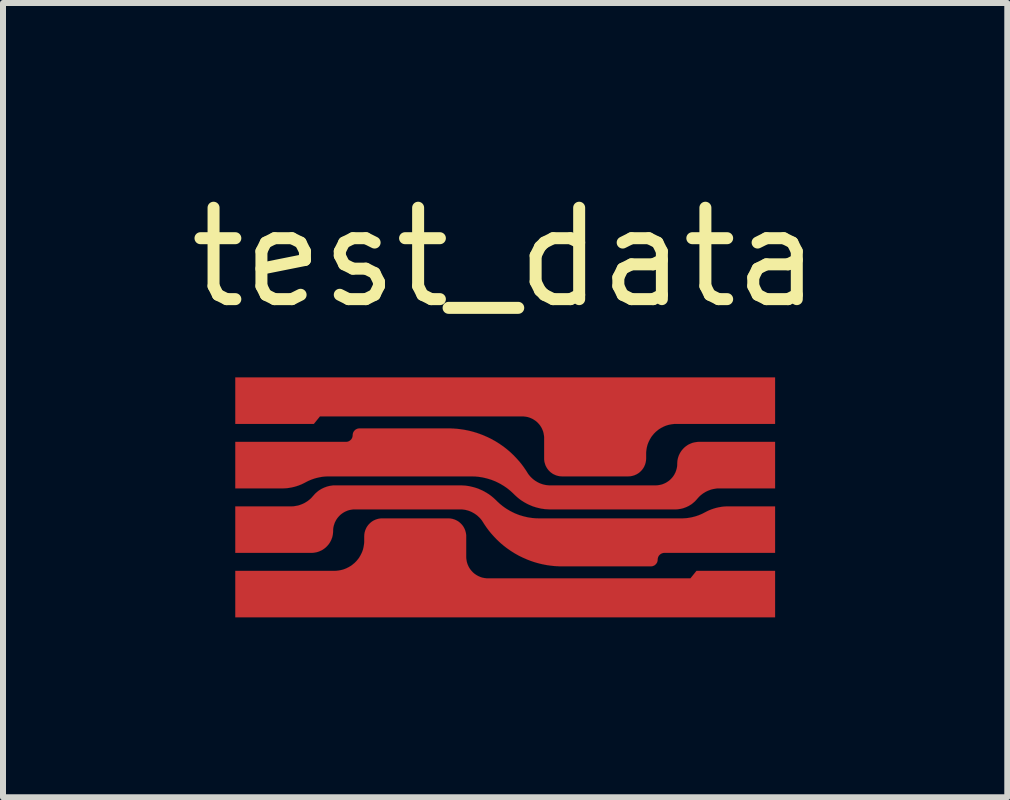
<source format=kicad_pcb>
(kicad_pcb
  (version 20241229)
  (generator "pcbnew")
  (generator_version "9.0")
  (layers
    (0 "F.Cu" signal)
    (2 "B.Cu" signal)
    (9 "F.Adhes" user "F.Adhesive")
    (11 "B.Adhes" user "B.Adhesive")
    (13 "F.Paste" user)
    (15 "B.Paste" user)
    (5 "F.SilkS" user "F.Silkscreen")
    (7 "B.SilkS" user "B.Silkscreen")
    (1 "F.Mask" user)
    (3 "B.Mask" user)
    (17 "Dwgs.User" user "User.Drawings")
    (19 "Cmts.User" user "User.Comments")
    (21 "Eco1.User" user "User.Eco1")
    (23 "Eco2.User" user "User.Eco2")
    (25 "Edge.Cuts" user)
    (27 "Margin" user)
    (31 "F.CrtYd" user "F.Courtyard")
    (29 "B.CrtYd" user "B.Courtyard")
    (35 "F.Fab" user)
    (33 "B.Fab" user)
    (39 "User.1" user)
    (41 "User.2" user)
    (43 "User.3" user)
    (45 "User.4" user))
  (footprint "test_data"
    (layer "F.Cu")
    (at 5.373 5.243)
    (property "Reference" "test_data" (at 0 -4 0) (layer "F.SilkS") (effects (font (size 1.524 1.524) (thickness 0.2))))
    (attr through_hole)
    (fp_poly (pts (xy -4.5 -2) (xy -4.5 -1.225) (xy -3.19 -1.225) (xy -3.089 -1.35) (xy 0.287 -1.35) (xy 0.305 -1.35) (xy 0.322 -1.348) (xy 0.34 -1.346) (xy 0.357 -1.343) (xy 0.374 -1.34) (xy 0.391 -1.335) (xy 0.407 -1.33) (xy 0.424 -1.323) (xy 0.44 -1.316) (xy 0.455 -1.309) (xy 0.471 -1.3) (xy 0.485 -1.291) (xy 0.5 -1.281) (xy 0.514 -1.271) (xy 0.527 -1.26) (xy 0.54 -1.248) (xy 0.552 -1.235) (xy 0.564 -1.222) (xy 0.575 -1.209) (xy 0.585 -1.195) (xy 0.595 -1.18) (xy 0.604 -1.165) (xy 0.612 -1.15) (xy 0.619 -1.134) (xy 0.626 -1.118) (xy 0.632 -1.101) (xy 0.637 -1.084) (xy 0.641 -1.068) (xy 0.644 -1.05) (xy 0.647 -1.033) (xy 0.649 -1.016) (xy 0.65 -0.998) (xy 0.65 -0.988) (xy 0.65 -0.841) (xy 0.65 -0.659) (xy 0.65 -0.65) (xy 0.65 -0.633) (xy 0.652 -0.615) (xy 0.654 -0.598) (xy 0.658 -0.581) (xy 0.663 -0.564) (xy 0.668 -0.547) (xy 0.674 -0.531) (xy 0.682 -0.515) (xy 0.69 -0.5) (xy 0.699 -0.485) (xy 0.709 -0.471) (xy 0.72 -0.457) (xy 0.732 -0.444) (xy 0.744 -0.432) (xy 0.757 -0.42) (xy 0.771 -0.409) (xy 0.785 -0.399) (xy 0.8 -0.39) (xy 0.815 -0.382) (xy 0.831 -0.375) (xy 0.847 -0.368) (xy 0.864 -0.363) (xy 0.881 -0.358) (xy 0.898 -0.355) (xy 0.915 -0.352) (xy 0.933 -0.351) (xy 0.95 -0.35) (xy 2.05 -0.35) (xy 2.067 -0.351) (xy 2.085 -0.352) (xy 2.102 -0.355) (xy 2.119 -0.358) (xy 2.136 -0.363) (xy 2.153 -0.368) (xy 2.169 -0.375) (xy 2.185 -0.382) (xy 2.2 -0.39) (xy 2.215 -0.399) (xy 2.229 -0.409) (xy 2.243 -0.42) (xy 2.256 -0.432) (xy 2.268 -0.444) (xy 2.28 -0.457) (xy 2.291 -0.471) (xy 2.301 -0.485) (xy 2.31 -0.5) (xy 2.318 -0.515) (xy 2.325 -0.531) (xy 2.332 -0.547) (xy 2.337 -0.564) (xy 2.342 -0.581) (xy 2.345 -0.598) (xy 2.348 -0.615) (xy 2.349 -0.633) (xy 2.35 -0.65) (xy 2.35 -0.725) (xy 2.35 -0.742) (xy 2.351 -0.76) (xy 2.353 -0.777) (xy 2.355 -0.795) (xy 2.358 -0.812) (xy 2.361 -0.829) (xy 2.365 -0.846) (xy 2.369 -0.863) (xy 2.374 -0.88) (xy 2.38 -0.896) (xy 2.386 -0.912) (xy 2.393 -0.928) (xy 2.401 -0.944) (xy 2.409 -0.96) (xy 2.417 -0.975) (xy 2.426 -0.99) (xy 2.435 -1.005) (xy 2.445 -1.019) (xy 2.456 -1.033) (xy 2.467 -1.046) (xy 2.478 -1.06) (xy 2.49 -1.072) (xy 2.503 -1.085) (xy 2.515 -1.097) (xy 2.529 -1.108) (xy 2.542 -1.119) (xy 2.556 -1.13) (xy 2.57 -1.14) (xy 2.585 -1.149) (xy 2.6 -1.158) (xy 2.615 -1.166) (xy 2.631 -1.174) (xy 2.647 -1.182) (xy 2.663 -1.189) (xy 2.679 -1.195) (xy 2.695 -1.201) (xy 2.712 -1.206) (xy 2.729 -1.21) (xy 2.746 -1.214) (xy 2.763 -1.217) (xy 2.78 -1.22) (xy 2.798 -1.222) (xy 2.815 -1.224) (xy 2.833 -1.225) (xy 2.85 -1.225) (xy 4.5 -1.225) (xy 4.5 -2) (xy -4.5 -2)) (stroke (width 0.001) (type solid)) (fill yes) (layer "F.Cu"))
    (fp_poly (pts (xy 4.5 2) (xy 4.5 1.225) (xy 3.19 1.225) (xy 3.089 1.35) (xy -0.287 1.35) (xy -0.305 1.35) (xy -0.322 1.348) (xy -0.34 1.346) (xy -0.357 1.343) (xy -0.374 1.34) (xy -0.391 1.335) (xy -0.407 1.33) (xy -0.424 1.323) (xy -0.44 1.316) (xy -0.455 1.309) (xy -0.471 1.3) (xy -0.485 1.291) (xy -0.5 1.281) (xy -0.514 1.271) (xy -0.527 1.26) (xy -0.54 1.248) (xy -0.552 1.235) (xy -0.564 1.222) (xy -0.575 1.209) (xy -0.585 1.195) (xy -0.595 1.18) (xy -0.604 1.165) (xy -0.612 1.15) (xy -0.619 1.134) (xy -0.626 1.118) (xy -0.632 1.101) (xy -0.637 1.084) (xy -0.641 1.068) (xy -0.644 1.05) (xy -0.647 1.033) (xy -0.649 1.016) (xy -0.65 0.998) (xy -0.65 0.988) (xy -0.65 0.841) (xy -0.65 0.659) (xy -0.65 0.65) (xy -0.65 0.633) (xy -0.652 0.615) (xy -0.654 0.598) (xy -0.658 0.581) (xy -0.663 0.564) (xy -0.668 0.547) (xy -0.674 0.531) (xy -0.682 0.515) (xy -0.69 0.5) (xy -0.699 0.485) (xy -0.709 0.471) (xy -0.72 0.457) (xy -0.732 0.444) (xy -0.744 0.432) (xy -0.757 0.42) (xy -0.771 0.409) (xy -0.785 0.399) (xy -0.8 0.39) (xy -0.815 0.382) (xy -0.831 0.375) (xy -0.847 0.368) (xy -0.864 0.363) (xy -0.881 0.358) (xy -0.898 0.355) (xy -0.915 0.352) (xy -0.933 0.351) (xy -0.95 0.35) (xy -2.05 0.35) (xy -2.067 0.351) (xy -2.085 0.352) (xy -2.102 0.355) (xy -2.119 0.358) (xy -2.136 0.363) (xy -2.153 0.368) (xy -2.169 0.375) (xy -2.185 0.382) (xy -2.2 0.39) (xy -2.215 0.399) (xy -2.229 0.409) (xy -2.243 0.42) (xy -2.256 0.432) (xy -2.268 0.444) (xy -2.28 0.457) (xy -2.291 0.471) (xy -2.301 0.485) (xy -2.31 0.5) (xy -2.318 0.515) (xy -2.325 0.531) (xy -2.332 0.547) (xy -2.337 0.564) (xy -2.342 0.581) (xy -2.345 0.598) (xy -2.348 0.615) (xy -2.349 0.633) (xy -2.35 0.65) (xy -2.35 0.725) (xy -2.35 0.742) (xy -2.351 0.76) (xy -2.353 0.777) (xy -2.355 0.795) (xy -2.358 0.812) (xy -2.361 0.829) (xy -2.365 0.846) (xy -2.369 0.863) (xy -2.374 0.88) (xy -2.38 0.896) (xy -2.386 0.912) (xy -2.393 0.928) (xy -2.401 0.944) (xy -2.409 0.96) (xy -2.417 0.975) (xy -2.426 0.99) (xy -2.435 1.005) (xy -2.445 1.019) (xy -2.456 1.033) (xy -2.467 1.046) (xy -2.478 1.06) (xy -2.49 1.072) (xy -2.503 1.085) (xy -2.515 1.097) (xy -2.529 1.108) (xy -2.542 1.119) (xy -2.556 1.13) (xy -2.57 1.14) (xy -2.585 1.149) (xy -2.6 1.158) (xy -2.615 1.166) (xy -2.631 1.174) (xy -2.647 1.182) (xy -2.663 1.189) (xy -2.679 1.195) (xy -2.695 1.201) (xy -2.712 1.206) (xy -2.729 1.21) (xy -2.746 1.214) (xy -2.763 1.217) (xy -2.78 1.22) (xy -2.798 1.222) (xy -2.815 1.224) (xy -2.833 1.225) (xy -2.85 1.225) (xy -4.5 1.225) (xy -4.5 2) (xy 4.5 2)) (stroke (width 0.001) (type solid)) (fill yes) (layer "F.Cu"))
    (fp_poly (pts (xy -4.5 -0.925) (xy -4.5 -0.15) (xy -3.721 -0.15) (xy -3.715 -0.15) (xy -3.698 -0.15) (xy -3.681 -0.151) (xy -3.663 -0.152) (xy -3.646 -0.153) (xy -3.628 -0.155) (xy -3.611 -0.157) (xy -3.594 -0.16) (xy -3.577 -0.163) (xy -3.559 -0.166) (xy -3.542 -0.17) (xy -3.525 -0.174) (xy -3.508 -0.178) (xy -3.492 -0.183) (xy -3.475 -0.188) (xy -3.458 -0.194) (xy -3.442 -0.199) (xy -3.426 -0.206) (xy -3.409 -0.212) (xy -3.393 -0.219) (xy -3.378 -0.226) (xy -3.362 -0.234) (xy -3.346 -0.242) (xy -3.331 -0.25) (xy -3.315 -0.258) (xy -3.3 -0.266) (xy -3.284 -0.274) (xy -3.268 -0.281) (xy -3.252 -0.288) (xy -3.236 -0.294) (xy -3.22 -0.301) (xy -3.203 -0.306) (xy -3.187 -0.312) (xy -3.17 -0.317) (xy -3.153 -0.322) (xy -3.136 -0.326) (xy -3.119 -0.33) (xy -3.102 -0.334) (xy -3.085 -0.337) (xy -3.068 -0.34) (xy -3.051 -0.343) (xy -3.033 -0.345) (xy -3.016 -0.347) (xy -2.999 -0.348) (xy -2.981 -0.349) (xy -2.964 -0.35) (xy -2.946 -0.35) (xy -2.941 -0.35) (xy -2.05 -0.35) (xy -0.564 -0.35) (xy -0.547 -0.35) (xy -0.529 -0.349) (xy -0.512 -0.349) (xy -0.494 -0.348) (xy -0.477 -0.346) (xy -0.46 -0.345) (xy -0.442 -0.343) (xy -0.425 -0.34) (xy -0.408 -0.338) (xy -0.39 -0.335) (xy -0.373 -0.332) (xy -0.356 -0.328) (xy -0.339 -0.324) (xy -0.322 -0.32) (xy -0.305 -0.316) (xy -0.288 -0.311) (xy -0.272 -0.306) (xy -0.255 -0.301) (xy -0.238 -0.296) (xy -0.222 -0.29) (xy -0.206 -0.284) (xy -0.189 -0.277) (xy -0.173 -0.271) (xy -0.157 -0.264) (xy -0.141 -0.256) (xy -0.126 -0.249) (xy -0.11 -0.241) (xy -0.095 -0.233) (xy -0.079 -0.225) (xy -0.064 -0.216) (xy -0.049 -0.207) (xy -0.034 -0.198) (xy -0.019 -0.189) (xy -0.005 -0.179) (xy 0.01 -0.169) (xy 0.024 -0.159) (xy 0.038 -0.149) (xy 0.052 -0.138) (xy 0.065 -0.127) (xy 0.079 -0.116) (xy 0.092 -0.105) (xy 0.105 -0.093) (xy 0.118 -0.081) (xy 0.131 -0.069) (xy 0.143 -0.057) (xy 0.147 -0.053) (xy 0.154 -0.046) (xy 0.167 -0.034) (xy 0.18 -0.022) (xy 0.193 -0.01) (xy 0.206 0.001) (xy 0.219 0.012) (xy 0.233 0.023) (xy 0.247 0.034) (xy 0.261 0.044) (xy 0.275 0.054) (xy 0.29 0.063) (xy 0.305 0.073) (xy 0.32 0.082) (xy 0.335 0.09) (xy 0.35 0.099) (xy 0.366 0.107) (xy 0.381 0.115) (xy 0.397 0.122) (xy 0.413 0.129) (xy 0.429 0.136) (xy 0.445 0.143) (xy 0.461 0.149) (xy 0.478 0.155) (xy 0.495 0.16) (xy 0.511 0.165) (xy 0.528 0.17) (xy 0.545 0.174) (xy 0.562 0.178) (xy 0.579 0.182) (xy 0.596 0.186) (xy 0.613 0.189) (xy 0.63 0.191) (xy 0.648 0.194) (xy 0.665 0.196) (xy 0.682 0.197) (xy 0.7 0.198) (xy 0.717 0.199) (xy 0.735 0.2) (xy 0.752 0.2) (xy 2.833 0.2) (xy 2.836 0.2) (xy 2.853 0.2) (xy 2.87 0.199) (xy 2.888 0.197) (xy 2.905 0.194) (xy 2.922 0.192) (xy 2.939 0.188) (xy 2.956 0.184) (xy 2.973 0.179) (xy 2.99 0.173) (xy 3.006 0.167) (xy 3.022 0.161) (xy 3.038 0.153) (xy 3.054 0.146) (xy 3.069 0.137) (xy 3.084 0.128) (xy 3.099 0.119) (xy 3.113 0.109) (xy 3.127 0.098) (xy 3.14 0.087) (xy 3.153 0.076) (xy 3.166 0.064) (xy 3.178 0.051) (xy 3.19 0.038) (xy 3.201 0.025) (xy 3.213 0.012) (xy 3.224 -0.001) (xy 3.237 -0.014) (xy 3.249 -0.026) (xy 3.262 -0.037) (xy 3.276 -0.048) (xy 3.29 -0.059) (xy 3.304 -0.069) (xy 3.319 -0.078) (xy 3.334 -0.087) (xy 3.349 -0.096) (xy 3.365 -0.103) (xy 3.381 -0.111) (xy 3.397 -0.117) (xy 3.413 -0.123) (xy 3.43 -0.129) (xy 3.446 -0.134) (xy 3.463 -0.138) (xy 3.48 -0.141) (xy 3.498 -0.144) (xy 3.515 -0.147) (xy 3.532 -0.149) (xy 3.55 -0.15) (xy 3.567 -0.15) (xy 3.57 -0.15) (xy 4.5 -0.15) (xy 4.5 -0.925) (xy 3.232 -0.925) (xy 3.221 -0.925) (xy 3.204 -0.924) (xy 3.186 -0.922) (xy 3.169 -0.919) (xy 3.152 -0.916) (xy 3.135 -0.912) (xy 3.118 -0.907) (xy 3.102 -0.901) (xy 3.086 -0.894) (xy 3.07 -0.887) (xy 3.054 -0.879) (xy 3.039 -0.87) (xy 3.025 -0.86) (xy 3.011 -0.85) (xy 2.997 -0.839) (xy 2.984 -0.827) (xy 2.972 -0.815) (xy 2.96 -0.802) (xy 2.949 -0.789) (xy 2.938 -0.775) (xy 2.928 -0.76) (xy 2.919 -0.746) (xy 2.911 -0.73) (xy 2.903 -0.715) (xy 2.896 -0.699) (xy 2.89 -0.682) (xy 2.884 -0.666) (xy 2.88 -0.649) (xy 2.876 -0.632) (xy 2.873 -0.615) (xy 2.871 -0.597) (xy 2.87 -0.58) (xy 2.869 -0.562) (xy 2.869 -0.545) (xy 2.868 -0.528) (xy 2.866 -0.51) (xy 2.863 -0.493) (xy 2.859 -0.476) (xy 2.854 -0.459) (xy 2.849 -0.443) (xy 2.843 -0.426) (xy 2.836 -0.41) (xy 2.828 -0.395) (xy 2.82 -0.379) (xy 2.811 -0.365) (xy 2.801 -0.35) (xy 2.79 -0.336) (xy 2.779 -0.323) (xy 2.767 -0.31) (xy 2.755 -0.298) (xy 2.742 -0.286) (xy 2.728 -0.275) (xy 2.714 -0.265) (xy 2.699 -0.255) (xy 2.684 -0.246) (xy 2.669 -0.238) (xy 2.653 -0.231) (xy 2.637 -0.224) (xy 2.621 -0.218) (xy 2.604 -0.213) (xy 2.587 -0.209) (xy 2.57 -0.206) (xy 2.553 -0.203) (xy 2.535 -0.201) (xy 2.518 -0.2) (xy 2.507 -0.2) (xy 0.752 -0.2) (xy 0.735 -0.2) (xy 0.717 -0.201) (xy 0.7 -0.203) (xy 0.683 -0.205) (xy 0.665 -0.208) (xy 0.648 -0.212) (xy 0.632 -0.216) (xy 0.615 -0.221) (xy 0.598 -0.227) (xy 0.582 -0.233) (xy 0.566 -0.24) (xy 0.55 -0.248) (xy 0.535 -0.256) (xy 0.52 -0.265) (xy 0.505 -0.274) (xy 0.491 -0.284) (xy 0.477 -0.294) (xy 0.463 -0.305) (xy 0.45 -0.317) (xy 0.437 -0.329) (xy 0.425 -0.341) (xy 0.413 -0.354) (xy 0.402 -0.367) (xy 0.391 -0.381) (xy 0.381 -0.395) (xy 0.372 -0.41) (xy 0.369 -0.414) (xy 0.365 -0.42) (xy 0.356 -0.435) (xy 0.347 -0.449) (xy 0.337 -0.464) (xy 0.327 -0.478) (xy 0.317 -0.493) (xy 0.307 -0.507) (xy 0.297 -0.521) (xy 0.286 -0.535) (xy 0.276 -0.549) (xy 0.265 -0.563) (xy 0.254 -0.576) (xy 0.243 -0.59) (xy 0.232 -0.603) (xy 0.22 -0.616) (xy 0.209 -0.629) (xy 0.197 -0.642) (xy 0.185 -0.655) (xy 0.173 -0.668) (xy 0.161 -0.68) (xy 0.149 -0.693) (xy 0.137 -0.705) (xy 0.124 -0.717) (xy 0.112 -0.729) (xy 0.099 -0.741) (xy 0.086 -0.753) (xy 0.073 -0.765) (xy 0.06 -0.776) (xy 0.046 -0.787) (xy 0.033 -0.799) (xy 0.019 -0.81) (xy 0.006 -0.82) (xy -0.008 -0.831) (xy -0.022 -0.842) (xy -0.036 -0.852) (xy -0.05 -0.862) (xy -0.065 -0.872) (xy -0.079 -0.882) (xy -0.093 -0.892) (xy -0.108 -0.901) (xy -0.123 -0.911) (xy -0.138 -0.92) (xy -0.152 -0.929) (xy -0.167 -0.938) (xy -0.183 -0.947) (xy -0.198 -0.955) (xy -0.213 -0.964) (xy -0.228 -0.972) (xy -0.244 -0.98) (xy -0.26 -0.988) (xy -0.275 -0.995) (xy -0.291 -1.003) (xy -0.307 -1.01) (xy -0.323 -1.017) (xy -0.339 -1.024) (xy -0.355 -1.031) (xy -0.371 -1.038) (xy -0.387 -1.044) (xy -0.404 -1.05) (xy -0.42 -1.057) (xy -0.436 -1.062) (xy -0.453 -1.068) (xy -0.469 -1.074) (xy -0.486 -1.079) (xy -0.503 -1.084) (xy -0.519 -1.089) (xy -0.536 -1.094) (xy -0.553 -1.098) (xy -0.57 -1.103) (xy -0.587 -1.107) (xy -0.604 -1.111) (xy -0.621 -1.115) (xy -0.638 -1.118) (xy -0.655 -1.122) (xy -0.672 -1.125) (xy -0.689 -1.128) (xy -0.707 -1.131) (xy -0.724 -1.133) (xy -0.741 -1.136) (xy -0.759 -1.138) (xy -0.776 -1.14) (xy -0.793 -1.142) (xy -0.811 -1.144) (xy -0.828 -1.145) (xy -0.845 -1.146) (xy -0.863 -1.148) (xy -0.88 -1.148) (xy -0.898 -1.149) (xy -0.915 -1.15) (xy -0.933 -1.15) (xy -0.95 -1.15) (xy -2.43 -1.15) (xy -2.432 -1.15) (xy -2.45 -1.148) (xy -2.466 -1.144) (xy -2.482 -1.137) (xy -2.497 -1.128) (xy -2.51 -1.116) (xy -2.521 -1.103) (xy -2.531 -1.088) (xy -2.537 -1.072) (xy -2.541 -1.055) (xy -2.542 -1.038) (xy -2.544 -1.02) (xy -2.548 -1.003) (xy -2.554 -0.987) (xy -2.563 -0.972) (xy -2.575 -0.959) (xy -2.588 -0.947) (xy -2.603 -0.938) (xy -2.619 -0.931) (xy -2.635 -0.927) (xy -2.653 -0.925) (xy -2.655 -0.925) (xy -4.5 -0.925)) (stroke (width 0.001) (type solid)) (fill yes) (layer "F.Cu"))
    (fp_poly (pts (xy 4.5 0.925) (xy 4.5 0.15) (xy 3.721 0.15) (xy 3.715 0.15) (xy 3.698 0.15) (xy 3.681 0.151) (xy 3.663 0.152) (xy 3.646 0.153) (xy 3.628 0.155) (xy 3.611 0.157) (xy 3.594 0.16) (xy 3.577 0.163) (xy 3.559 0.166) (xy 3.542 0.17) (xy 3.525 0.174) (xy 3.508 0.178) (xy 3.492 0.183) (xy 3.475 0.188) (xy 3.458 0.194) (xy 3.442 0.199) (xy 3.426 0.206) (xy 3.409 0.212) (xy 3.393 0.219) (xy 3.378 0.226) (xy 3.362 0.234) (xy 3.346 0.242) (xy 3.331 0.25) (xy 3.315 0.258) (xy 3.3 0.266) (xy 3.284 0.274) (xy 3.268 0.281) (xy 3.252 0.288) (xy 3.236 0.294) (xy 3.22 0.301) (xy 3.203 0.306) (xy 3.187 0.312) (xy 3.17 0.317) (xy 3.153 0.322) (xy 3.136 0.326) (xy 3.119 0.33) (xy 3.102 0.334) (xy 3.085 0.337) (xy 3.068 0.34) (xy 3.051 0.343) (xy 3.033 0.345) (xy 3.016 0.347) (xy 2.999 0.348) (xy 2.981 0.349) (xy 2.964 0.35) (xy 2.946 0.35) (xy 2.941 0.35) (xy 2.05 0.35) (xy 0.564 0.35) (xy 0.547 0.35) (xy 0.529 0.349) (xy 0.512 0.349) (xy 0.494 0.348) (xy 0.477 0.346) (xy 0.46 0.345) (xy 0.442 0.343) (xy 0.425 0.34) (xy 0.408 0.338) (xy 0.39 0.335) (xy 0.373 0.332) (xy 0.356 0.328) (xy 0.339 0.324) (xy 0.322 0.32) (xy 0.305 0.316) (xy 0.288 0.311) (xy 0.272 0.306) (xy 0.255 0.301) (xy 0.238 0.296) (xy 0.222 0.29) (xy 0.206 0.284) (xy 0.189 0.277) (xy 0.173 0.271) (xy 0.157 0.264) (xy 0.141 0.256) (xy 0.126 0.249) (xy 0.11 0.241) (xy 0.095 0.233) (xy 0.079 0.225) (xy 0.064 0.216) (xy 0.049 0.207) (xy 0.034 0.198) (xy 0.019 0.189) (xy 0.005 0.179) (xy -0.01 0.169) (xy -0.024 0.159) (xy -0.038 0.149) (xy -0.052 0.138) (xy -0.065 0.127) (xy -0.079 0.116) (xy -0.092 0.105) (xy -0.105 0.093) (xy -0.118 0.081) (xy -0.131 0.069) (xy -0.143 0.057) (xy -0.147 0.053) (xy -0.154 0.046) (xy -0.167 0.034) (xy -0.18 0.022) (xy -0.193 0.01) (xy -0.206 -0.001) (xy -0.219 -0.012) (xy -0.233 -0.023) (xy -0.247 -0.034) (xy -0.261 -0.044) (xy -0.275 -0.054) (xy -0.29 -0.063) (xy -0.305 -0.073) (xy -0.32 -0.082) (xy -0.335 -0.09) (xy -0.35 -0.099) (xy -0.366 -0.107) (xy -0.381 -0.115) (xy -0.397 -0.122) (xy -0.413 -0.129) (xy -0.429 -0.136) (xy -0.445 -0.143) (xy -0.461 -0.149) (xy -0.478 -0.155) (xy -0.495 -0.16) (xy -0.511 -0.165) (xy -0.528 -0.17) (xy -0.545 -0.174) (xy -0.562 -0.178) (xy -0.579 -0.182) (xy -0.596 -0.186) (xy -0.613 -0.189) (xy -0.63 -0.191) (xy -0.648 -0.194) (xy -0.665 -0.196) (xy -0.682 -0.197) (xy -0.7 -0.198) (xy -0.717 -0.199) (xy -0.735 -0.2) (xy -0.752 -0.2) (xy -2.833 -0.2) (xy -2.836 -0.2) (xy -2.853 -0.2) (xy -2.87 -0.199) (xy -2.888 -0.197) (xy -2.905 -0.194) (xy -2.922 -0.192) (xy -2.939 -0.188) (xy -2.956 -0.184) (xy -2.973 -0.179) (xy -2.99 -0.173) (xy -3.006 -0.167) (xy -3.022 -0.161) (xy -3.038 -0.153) (xy -3.054 -0.146) (xy -3.069 -0.137) (xy -3.084 -0.128) (xy -3.099 -0.119) (xy -3.113 -0.109) (xy -3.127 -0.098) (xy -3.14 -0.087) (xy -3.153 -0.076) (xy -3.166 -0.064) (xy -3.178 -0.051) (xy -3.19 -0.038) (xy -3.201 -0.025) (xy -3.213 -0.012) (xy -3.224 0.001) (xy -3.237 0.014) (xy -3.249 0.026) (xy -3.262 0.037) (xy -3.276 0.048) (xy -3.29 0.059) (xy -3.304 0.069) (xy -3.319 0.078) (xy -3.334 0.087) (xy -3.349 0.096) (xy -3.365 0.103) (xy -3.381 0.111) (xy -3.397 0.117) (xy -3.413 0.123) (xy -3.43 0.129) (xy -3.446 0.134) (xy -3.463 0.138) (xy -3.48 0.141) (xy -3.498 0.144) (xy -3.515 0.147) (xy -3.532 0.149) (xy -3.55 0.15) (xy -3.567 0.15) (xy -3.57 0.15) (xy -4.5 0.15) (xy -4.5 0.925) (xy -3.232 0.925) (xy -3.221 0.925) (xy -3.204 0.924) (xy -3.186 0.922) (xy -3.169 0.919) (xy -3.152 0.916) (xy -3.135 0.912) (xy -3.118 0.907) (xy -3.102 0.901) (xy -3.086 0.894) (xy -3.07 0.887) (xy -3.054 0.879) (xy -3.039 0.87) (xy -3.025 0.86) (xy -3.011 0.85) (xy -2.997 0.839) (xy -2.984 0.827) (xy -2.972 0.815) (xy -2.96 0.802) (xy -2.949 0.789) (xy -2.938 0.775) (xy -2.928 0.76) (xy -2.919 0.746) (xy -2.911 0.73) (xy -2.903 0.715) (xy -2.896 0.699) (xy -2.89 0.682) (xy -2.884 0.666) (xy -2.88 0.649) (xy -2.876 0.632) (xy -2.873 0.615) (xy -2.871 0.597) (xy -2.87 0.58) (xy -2.869 0.562) (xy -2.869 0.545) (xy -2.868 0.528) (xy -2.866 0.51) (xy -2.863 0.493) (xy -2.859 0.476) (xy -2.854 0.459) (xy -2.849 0.443) (xy -2.843 0.426) (xy -2.836 0.41) (xy -2.828 0.395) (xy -2.82 0.379) (xy -2.811 0.365) (xy -2.801 0.35) (xy -2.79 0.336) (xy -2.779 0.323) (xy -2.767 0.31) (xy -2.755 0.298) (xy -2.742 0.286) (xy -2.728 0.275) (xy -2.714 0.265) (xy -2.699 0.255) (xy -2.684 0.246) (xy -2.669 0.238) (xy -2.653 0.231) (xy -2.637 0.224) (xy -2.621 0.218) (xy -2.604 0.213) (xy -2.587 0.209) (xy -2.57 0.206) (xy -2.553 0.203) (xy -2.535 0.201) (xy -2.518 0.2) (xy -2.507 0.2) (xy -0.752 0.2) (xy -0.735 0.2) (xy -0.717 0.201) (xy -0.7 0.203) (xy -0.683 0.205) (xy -0.665 0.208) (xy -0.648 0.212) (xy -0.632 0.216) (xy -0.615 0.221) (xy -0.598 0.227) (xy -0.582 0.233) (xy -0.566 0.24) (xy -0.55 0.248) (xy -0.535 0.256) (xy -0.52 0.265) (xy -0.505 0.274) (xy -0.491 0.284) (xy -0.477 0.294) (xy -0.463 0.305) (xy -0.45 0.317) (xy -0.437 0.329) (xy -0.425 0.341) (xy -0.413 0.354) (xy -0.402 0.367) (xy -0.391 0.381) (xy -0.381 0.395) (xy -0.372 0.41) (xy -0.369 0.414) (xy -0.365 0.42) (xy -0.356 0.435) (xy -0.347 0.449) (xy -0.337 0.464) (xy -0.327 0.478) (xy -0.317 0.493) (xy -0.307 0.507) (xy -0.297 0.521) (xy -0.286 0.535) (xy -0.276 0.549) (xy -0.265 0.563) (xy -0.254 0.576) (xy -0.243 0.59) (xy -0.232 0.603) (xy -0.22 0.616) (xy -0.209 0.629) (xy -0.197 0.642) (xy -0.185 0.655) (xy -0.173 0.668) (xy -0.161 0.68) (xy -0.149 0.693) (xy -0.137 0.705) (xy -0.124 0.717) (xy -0.112 0.729) (xy -0.099 0.741) (xy -0.086 0.753) (xy -0.073 0.765) (xy -0.06 0.776) (xy -0.046 0.787) (xy -0.033 0.799) (xy -0.019 0.81) (xy -0.006 0.82) (xy 0.008 0.831) (xy 0.022 0.842) (xy 0.036 0.852) (xy 0.05 0.862) (xy 0.065 0.872) (xy 0.079 0.882) (xy 0.093 0.892) (xy 0.108 0.901) (xy 0.123 0.911) (xy 0.138 0.92) (xy 0.152 0.929) (xy 0.167 0.938) (xy 0.183 0.947) (xy 0.198 0.955) (xy 0.213 0.964) (xy 0.228 0.972) (xy 0.244 0.98) (xy 0.26 0.988) (xy 0.275 0.995) (xy 0.291 1.003) (xy 0.307 1.01) (xy 0.323 1.017) (xy 0.339 1.024) (xy 0.355 1.031) (xy 0.371 1.038) (xy 0.387 1.044) (xy 0.404 1.05) (xy 0.42 1.057) (xy 0.436 1.062) (xy 0.453 1.068) (xy 0.469 1.074) (xy 0.486 1.079) (xy 0.503 1.084) (xy 0.519 1.089) (xy 0.536 1.094) (xy 0.553 1.098) (xy 0.57 1.103) (xy 0.587 1.107) (xy 0.604 1.111) (xy 0.621 1.115) (xy 0.638 1.118) (xy 0.655 1.122) (xy 0.672 1.125) (xy 0.689 1.128) (xy 0.707 1.131) (xy 0.724 1.133) (xy 0.741 1.136) (xy 0.759 1.138) (xy 0.776 1.14) (xy 0.793 1.142) (xy 0.811 1.144) (xy 0.828 1.145) (xy 0.845 1.146) (xy 0.863 1.148) (xy 0.88 1.148) (xy 0.898 1.149) (xy 0.915 1.15) (xy 0.933 1.15) (xy 0.95 1.15) (xy 2.43 1.15) (xy 2.432 1.15) (xy 2.45 1.148) (xy 2.466 1.144) (xy 2.482 1.137) (xy 2.497 1.128) (xy 2.51 1.116) (xy 2.521 1.103) (xy 2.531 1.088) (xy 2.537 1.072) (xy 2.541 1.055) (xy 2.542 1.038) (xy 2.544 1.02) (xy 2.548 1.003) (xy 2.554 0.987) (xy 2.563 0.972) (xy 2.575 0.959) (xy 2.588 0.947) (xy 2.603 0.938) (xy 2.619 0.931) (xy 2.635 0.927) (xy 2.653 0.925) (xy 2.655 0.925) (xy 4.5 0.925)) (stroke (width 0.001) (type solid)) (fill yes) (layer "F.Cu"))
    (fp_poly (pts (xy -0.65 0.841) (xy -0.65 0.659) (xy -0.65 0.65) (xy -0.651 0.633) (xy -0.652 0.615) (xy -0.655 0.598) (xy -0.658 0.581) (xy -0.663 0.564) (xy -0.668 0.547) (xy -0.675 0.531) (xy -0.682 0.515) (xy -0.69 0.5) (xy -0.699 0.485) (xy -0.709 0.471) (xy -0.72 0.457) (xy -0.732 0.444) (xy -0.744 0.432) (xy -0.757 0.42) (xy -0.771 0.409) (xy -0.785 0.399) (xy -0.8 0.39) (xy -0.815 0.382) (xy -0.831 0.375) (xy -0.847 0.368) (xy -0.864 0.363) (xy -0.881 0.358) (xy -0.898 0.355) (xy -0.915 0.352) (xy -0.933 0.351) (xy -0.95 0.35) (xy -2.05 0.35) (xy -2.059 0.35) (xy -2.077 0.351) (xy -2.094 0.353) (xy -2.111 0.356) (xy -2.128 0.36) (xy -2.145 0.365) (xy -2.161 0.371) (xy -2.177 0.378) (xy -2.193 0.386) (xy -2.208 0.395) (xy -2.223 0.405) (xy -2.237 0.415) (xy -2.25 0.426) (xy -2.263 0.438) (xy -2.275 0.451) (xy -2.286 0.465) (xy -2.296 0.479) (xy -2.306 0.493) (xy -2.314 0.508) (xy -2.322 0.524) (xy -2.329 0.54) (xy -2.335 0.556) (xy -2.34 0.573) (xy -2.344 0.59) (xy -2.347 0.607) (xy -2.349 0.625) (xy -2.35 0.642) (xy -2.35 0.659) (xy -2.35 0.659) (xy -2.35 0.841) (xy -2.35 0.85) (xy -2.349 0.867) (xy -2.348 0.885) (xy -2.345 0.902) (xy -2.342 0.919) (xy -2.337 0.936) (xy -2.332 0.953) (xy -2.325 0.969) (xy -2.318 0.985) (xy -2.31 1) (xy -2.301 1.015) (xy -2.291 1.029) (xy -2.28 1.043) (xy -2.268 1.056) (xy -2.256 1.068) (xy -2.243 1.08) (xy -2.229 1.091) (xy -2.215 1.101) (xy -2.2 1.11) (xy -2.185 1.118) (xy -2.169 1.125) (xy -2.153 1.132) (xy -2.136 1.137) (xy -2.119 1.142) (xy -2.102 1.145) (xy -2.085 1.148) (xy -2.067 1.149) (xy -2.05 1.15) (xy -0.95 1.15) (xy -0.941 1.15) (xy -0.923 1.149) (xy -0.906 1.147) (xy -0.889 1.144) (xy -0.872 1.14) (xy -0.855 1.135) (xy -0.839 1.129) (xy -0.823 1.122) (xy -0.807 1.114) (xy -0.792 1.105) (xy -0.777 1.095) (xy -0.763 1.085) (xy -0.75 1.074) (xy -0.737 1.062) (xy -0.725 1.049) (xy -0.714 1.035) (xy -0.704 1.021) (xy -0.694 1.007) (xy -0.686 0.992) (xy -0.678 0.976) (xy -0.671 0.96) (xy -0.665 0.944) (xy -0.66 0.927) (xy -0.656 0.91) (xy -0.653 0.893) (xy -0.651 0.875) (xy -0.65 0.858) (xy -0.65 0.841)) (stroke (width 0.001) (type solid)) (fill yes) (layer "F.Mask"))
    (fp_poly (pts (xy 0.65 -0.841) (xy 0.65 -0.659) (xy 0.65 -0.65) (xy 0.651 -0.633) (xy 0.652 -0.615) (xy 0.655 -0.598) (xy 0.658 -0.581) (xy 0.663 -0.564) (xy 0.668 -0.547) (xy 0.675 -0.531) (xy 0.682 -0.515) (xy 0.69 -0.5) (xy 0.699 -0.485) (xy 0.709 -0.471) (xy 0.72 -0.457) (xy 0.732 -0.444) (xy 0.744 -0.432) (xy 0.757 -0.42) (xy 0.771 -0.409) (xy 0.785 -0.399) (xy 0.8 -0.39) (xy 0.815 -0.382) (xy 0.831 -0.375) (xy 0.847 -0.368) (xy 0.864 -0.363) (xy 0.881 -0.358) (xy 0.898 -0.355) (xy 0.915 -0.352) (xy 0.933 -0.351) (xy 0.95 -0.35) (xy 2.05 -0.35) (xy 2.059 -0.35) (xy 2.077 -0.351) (xy 2.094 -0.353) (xy 2.111 -0.356) (xy 2.128 -0.36) (xy 2.145 -0.365) (xy 2.161 -0.371) (xy 2.177 -0.378) (xy 2.193 -0.386) (xy 2.208 -0.395) (xy 2.223 -0.405) (xy 2.237 -0.415) (xy 2.25 -0.426) (xy 2.263 -0.438) (xy 2.275 -0.451) (xy 2.286 -0.465) (xy 2.296 -0.479) (xy 2.306 -0.493) (xy 2.314 -0.508) (xy 2.322 -0.524) (xy 2.329 -0.54) (xy 2.335 -0.556) (xy 2.34 -0.573) (xy 2.344 -0.59) (xy 2.347 -0.607) (xy 2.349 -0.625) (xy 2.35 -0.642) (xy 2.35 -0.659) (xy 2.35 -0.659) (xy 2.35 -0.841) (xy 2.35 -0.85) (xy 2.349 -0.867) (xy 2.348 -0.885) (xy 2.345 -0.902) (xy 2.342 -0.919) (xy 2.337 -0.936) (xy 2.332 -0.953) (xy 2.325 -0.969) (xy 2.318 -0.985) (xy 2.31 -1) (xy 2.301 -1.015) (xy 2.291 -1.029) (xy 2.28 -1.043) (xy 2.268 -1.056) (xy 2.256 -1.068) (xy 2.243 -1.08) (xy 2.229 -1.091) (xy 2.215 -1.101) (xy 2.2 -1.11) (xy 2.185 -1.118) (xy 2.169 -1.125) (xy 2.153 -1.132) (xy 2.136 -1.137) (xy 2.119 -1.142) (xy 2.102 -1.145) (xy 2.085 -1.148) (xy 2.067 -1.149) (xy 2.05 -1.15) (xy 0.95 -1.15) (xy 0.941 -1.15) (xy 0.923 -1.149) (xy 0.906 -1.147) (xy 0.889 -1.144) (xy 0.872 -1.14) (xy 0.855 -1.135) (xy 0.839 -1.129) (xy 0.823 -1.122) (xy 0.807 -1.114) (xy 0.792 -1.105) (xy 0.777 -1.095) (xy 0.763 -1.085) (xy 0.75 -1.074) (xy 0.737 -1.062) (xy 0.725 -1.049) (xy 0.714 -1.035) (xy 0.704 -1.021) (xy 0.694 -1.007) (xy 0.686 -0.992) (xy 0.678 -0.976) (xy 0.671 -0.96) (xy 0.665 -0.944) (xy 0.66 -0.927) (xy 0.656 -0.91) (xy 0.653 -0.893) (xy 0.651 -0.875) (xy 0.65 -0.858) (xy 0.65 -0.841)) (stroke (width 0.001) (type solid)) (fill yes) (layer "F.Mask"))
    (fp_poly (pts (xy -2.35 -0.841) (xy -2.35 -0.659) (xy -2.35 -0.65) (xy -2.349 -0.633) (xy -2.348 -0.615) (xy -2.345 -0.598) (xy -2.342 -0.581) (xy -2.337 -0.564) (xy -2.332 -0.547) (xy -2.325 -0.531) (xy -2.318 -0.515) (xy -2.31 -0.5) (xy -2.301 -0.485) (xy -2.291 -0.471) (xy -2.28 -0.457) (xy -2.268 -0.444) (xy -2.256 -0.432) (xy -2.243 -0.42) (xy -2.229 -0.409) (xy -2.215 -0.399) (xy -2.2 -0.39) (xy -2.185 -0.382) (xy -2.169 -0.375) (xy -2.153 -0.368) (xy -2.136 -0.363) (xy -2.119 -0.358) (xy -2.102 -0.355) (xy -2.085 -0.352) (xy -2.067 -0.351) (xy -2.05 -0.35) (xy -0.95 -0.35) (xy -0.941 -0.35) (xy -0.923 -0.351) (xy -0.906 -0.353) (xy -0.889 -0.356) (xy -0.872 -0.36) (xy -0.855 -0.365) (xy -0.839 -0.371) (xy -0.823 -0.378) (xy -0.807 -0.386) (xy -0.792 -0.395) (xy -0.777 -0.405) (xy -0.763 -0.415) (xy -0.75 -0.426) (xy -0.737 -0.438) (xy -0.725 -0.451) (xy -0.714 -0.465) (xy -0.704 -0.479) (xy -0.694 -0.493) (xy -0.686 -0.508) (xy -0.678 -0.524) (xy -0.671 -0.54) (xy -0.665 -0.556) (xy -0.66 -0.573) (xy -0.656 -0.59) (xy -0.653 -0.607) (xy -0.651 -0.625) (xy -0.65 -0.642) (xy -0.65 -0.659) (xy -0.65 -0.659) (xy -0.65 -0.85) (xy -0.65 -0.841) (xy -0.65 -0.85) (xy -0.651 -0.867) (xy -0.652 -0.885) (xy -0.655 -0.902) (xy -0.658 -0.919) (xy -0.663 -0.936) (xy -0.668 -0.953) (xy -0.675 -0.969) (xy -0.682 -0.985) (xy -0.69 -1) (xy -0.699 -1.015) (xy -0.709 -1.029) (xy -0.72 -1.043) (xy -0.732 -1.056) (xy -0.744 -1.068) (xy -0.757 -1.08) (xy -0.771 -1.091) (xy -0.785 -1.101) (xy -0.8 -1.11) (xy -0.815 -1.118) (xy -0.831 -1.125) (xy -0.847 -1.132) (xy -0.864 -1.137) (xy -0.881 -1.142) (xy -0.898 -1.145) (xy -0.915 -1.148) (xy -0.933 -1.149) (xy -0.95 -1.15) (xy -2.05 -1.15) (xy -2.059 -1.15) (xy -2.077 -1.149) (xy -2.094 -1.147) (xy -2.111 -1.144) (xy -2.128 -1.14) (xy -2.145 -1.135) (xy -2.161 -1.129) (xy -2.177 -1.122) (xy -2.193 -1.114) (xy -2.208 -1.105) (xy -2.223 -1.095) (xy -2.237 -1.085) (xy -2.25 -1.074) (xy -2.263 -1.062) (xy -2.275 -1.049) (xy -2.286 -1.035) (xy -2.296 -1.021) (xy -2.306 -1.007) (xy -2.314 -0.992) (xy -2.322 -0.976) (xy -2.329 -0.96) (xy -2.335 -0.944) (xy -2.34 -0.927) (xy -2.344 -0.91) (xy -2.347 -0.893) (xy -2.349 -0.875) (xy -2.35 -0.858) (xy -2.35 -0.841)) (stroke (width 0.001) (type solid)) (fill yes) (layer "F.Mask"))
    (fp_poly (pts (xy 2.35 0.841) (xy 2.35 0.659) (xy 2.35 0.65) (xy 2.349 0.633) (xy 2.348 0.615) (xy 2.345 0.598) (xy 2.342 0.581) (xy 2.337 0.564) (xy 2.332 0.547) (xy 2.325 0.531) (xy 2.318 0.515) (xy 2.31 0.5) (xy 2.301 0.485) (xy 2.291 0.471) (xy 2.28 0.457) (xy 2.268 0.444) (xy 2.256 0.432) (xy 2.243 0.42) (xy 2.229 0.409) (xy 2.215 0.399) (xy 2.2 0.39) (xy 2.185 0.382) (xy 2.169 0.375) (xy 2.153 0.368) (xy 2.136 0.363) (xy 2.119 0.358) (xy 2.102 0.355) (xy 2.085 0.352) (xy 2.067 0.351) (xy 2.05 0.35) (xy 0.95 0.35) (xy 0.941 0.35) (xy 0.923 0.351) (xy 0.906 0.353) (xy 0.889 0.356) (xy 0.872 0.36) (xy 0.855 0.365) (xy 0.839 0.371) (xy 0.823 0.378) (xy 0.807 0.386) (xy 0.792 0.395) (xy 0.777 0.405) (xy 0.763 0.415) (xy 0.75 0.426) (xy 0.737 0.438) (xy 0.725 0.451) (xy 0.714 0.465) (xy 0.704 0.479) (xy 0.694 0.493) (xy 0.686 0.508) (xy 0.678 0.524) (xy 0.671 0.54) (xy 0.665 0.556) (xy 0.66 0.573) (xy 0.656 0.59) (xy 0.653 0.607) (xy 0.651 0.625) (xy 0.65 0.642) (xy 0.65 0.659) (xy 0.65 0.659) (xy 0.65 0.85) (xy 0.65 0.841) (xy 0.65 0.85) (xy 0.651 0.867) (xy 0.652 0.885) (xy 0.655 0.902) (xy 0.658 0.919) (xy 0.663 0.936) (xy 0.668 0.953) (xy 0.675 0.969) (xy 0.682 0.985) (xy 0.69 1) (xy 0.699 1.015) (xy 0.709 1.029) (xy 0.72 1.043) (xy 0.732 1.056) (xy 0.744 1.068) (xy 0.757 1.08) (xy 0.771 1.091) (xy 0.785 1.101) (xy 0.8 1.11) (xy 0.815 1.118) (xy 0.831 1.125) (xy 0.847 1.132) (xy 0.864 1.137) (xy 0.881 1.142) (xy 0.898 1.145) (xy 0.915 1.148) (xy 0.933 1.149) (xy 0.95 1.15) (xy 2.05 1.15) (xy 2.059 1.15) (xy 2.077 1.149) (xy 2.094 1.147) (xy 2.111 1.144) (xy 2.128 1.14) (xy 2.145 1.135) (xy 2.161 1.129) (xy 2.177 1.122) (xy 2.193 1.114) (xy 2.208 1.105) (xy 2.223 1.095) (xy 2.237 1.085) (xy 2.25 1.074) (xy 2.263 1.062) (xy 2.275 1.049) (xy 2.286 1.035) (xy 2.296 1.021) (xy 2.306 1.007) (xy 2.314 0.992) (xy 2.322 0.976) (xy 2.329 0.96) (xy 2.335 0.944) (xy 2.34 0.927) (xy 2.344 0.91) (xy 2.347 0.893) (xy 2.349 0.875) (xy 2.35 0.858) (xy 2.35 0.841)) (stroke (width 0.001) (type solid)) (fill yes) (layer "F.Mask")))
  (gr_rect
    (start -3 -3)
    (end 13.745 10.243)
    (stroke (width 0.1) (type default))
    (fill no)
    (layer "Edge.Cuts")))
</source>
